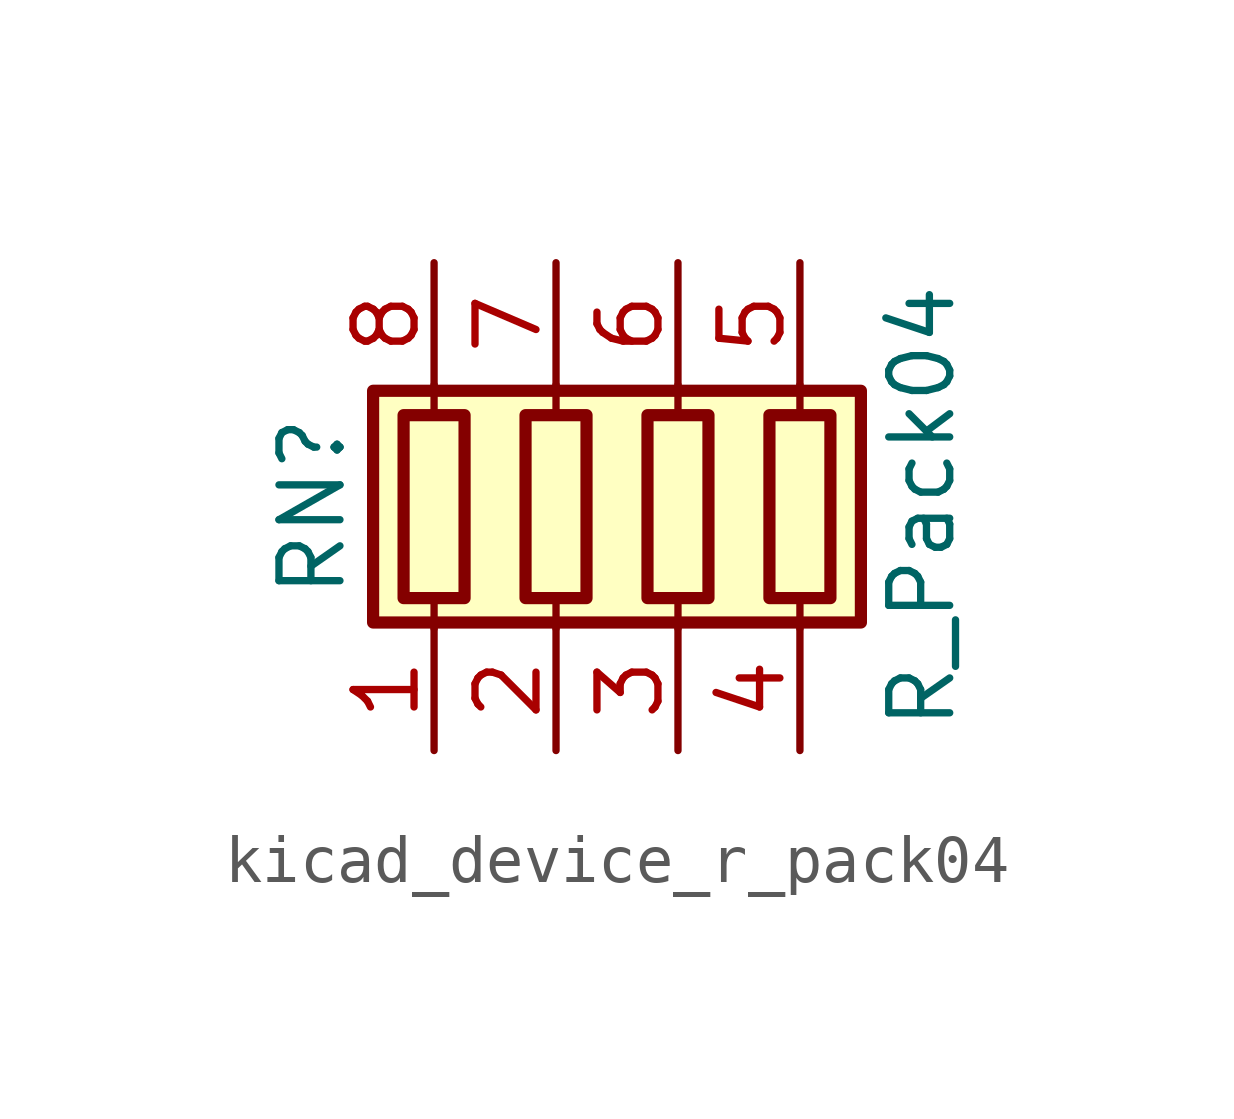
<source format=kicad_sym>
(kicad_symbol_lib
  (version 20220914)
  (generator kicad_symbol_editor)
  (symbol "kicad_device_r_pack04"
    (pin_names
      (offset 0) hide)
    (property "Reference" "RN"
      (at -7.62 0 90)
      (effects (font (size 1.27 1.27))))
    (property "Value" "R_Pack04"
      (at 5.08 0 90)
      (effects (font (size 1.27 1.27))))
    (symbol "kicad_device_r_pack04_0_1"
      (rectangle (start -6.35 -2.413) (end 3.81 2.413) (stroke (width 0.254) (type default)) (fill (type background)))
      (rectangle (start -5.715 1.905) (end -4.445 -1.905) (stroke (width 0.254) (type default)) (fill (type none)))
      (rectangle (start -3.175 1.905) (end -1.905 -1.905) (stroke (width 0.254) (type default)) (fill (type none)))
      (rectangle (start -0.635 1.905) (end 0.635 -1.905) (stroke (width 0.254) (type default)) (fill (type none)))
      (polyline (pts (xy -5.08 -2.54) (xy -5.08 -1.905)) (stroke (width 0) (type default)) (fill (type none)))
      (polyline (pts (xy -5.08 1.905) (xy -5.08 2.54)) (stroke (width 0) (type default)) (fill (type none)))
      (polyline (pts (xy -2.54 -2.54) (xy -2.54 -1.905)) (stroke (width 0) (type default)) (fill (type none)))
      (polyline (pts (xy -2.54 1.905) (xy -2.54 2.54)) (stroke (width 0) (type default)) (fill (type none)))
      (polyline (pts (xy 0 -2.54) (xy 0 -1.905)) (stroke (width 0) (type default)) (fill (type none)))
      (polyline (pts (xy 0 1.905) (xy 0 2.54)) (stroke (width 0) (type default)) (fill (type none)))
      (polyline (pts (xy 2.54 -2.54) (xy 2.54 -1.905)) (stroke (width 0) (type default)) (fill (type none)))
      (polyline (pts (xy 2.54 1.905) (xy 2.54 2.54)) (stroke (width 0) (type default)) (fill (type none)))
      (rectangle (start 1.905 1.905) (end 3.175 -1.905) (stroke (width 0.254) (type default)) (fill (type none))))
    (symbol "kicad_device_r_pack04_1_1"
      (pin passive line (at -5.08 -5.08 90) (length 2.54) (name "R1.1" (effects (font (size 1.27 1.27)))) (number "1" (effects (font (size 1.27 1.27)))))
      (pin passive line (at -2.54 -5.08 90) (length 2.54) (name "R2.1" (effects (font (size 1.27 1.27)))) (number "2" (effects (font (size 1.27 1.27)))))
      (pin passive line (at 0 -5.08 90) (length 2.54) (name "R3.1" (effects (font (size 1.27 1.27)))) (number "3" (effects (font (size 1.27 1.27)))))
      (pin passive line (at 2.54 -5.08 90) (length 2.54) (name "R4.1" (effects (font (size 1.27 1.27)))) (number "4" (effects (font (size 1.27 1.27)))))
      (pin passive line (at 2.54 5.08 270) (length 2.54) (name "R4.2" (effects (font (size 1.27 1.27)))) (number "5" (effects (font (size 1.27 1.27)))))
      (pin passive line (at 0 5.08 270) (length 2.54) (name "R3.2" (effects (font (size 1.27 1.27)))) (number "6" (effects (font (size 1.27 1.27)))))
      (pin passive line (at -2.54 5.08 270) (length 2.54) (name "R2.2" (effects (font (size 1.27 1.27)))) (number "7" (effects (font (size 1.27 1.27)))))
      (pin passive line (at -5.08 5.08 270) (length 2.54) (name "R1.2" (effects (font (size 1.27 1.27)))) (number "8" (effects (font (size 1.27 1.27))))))))
</source>
